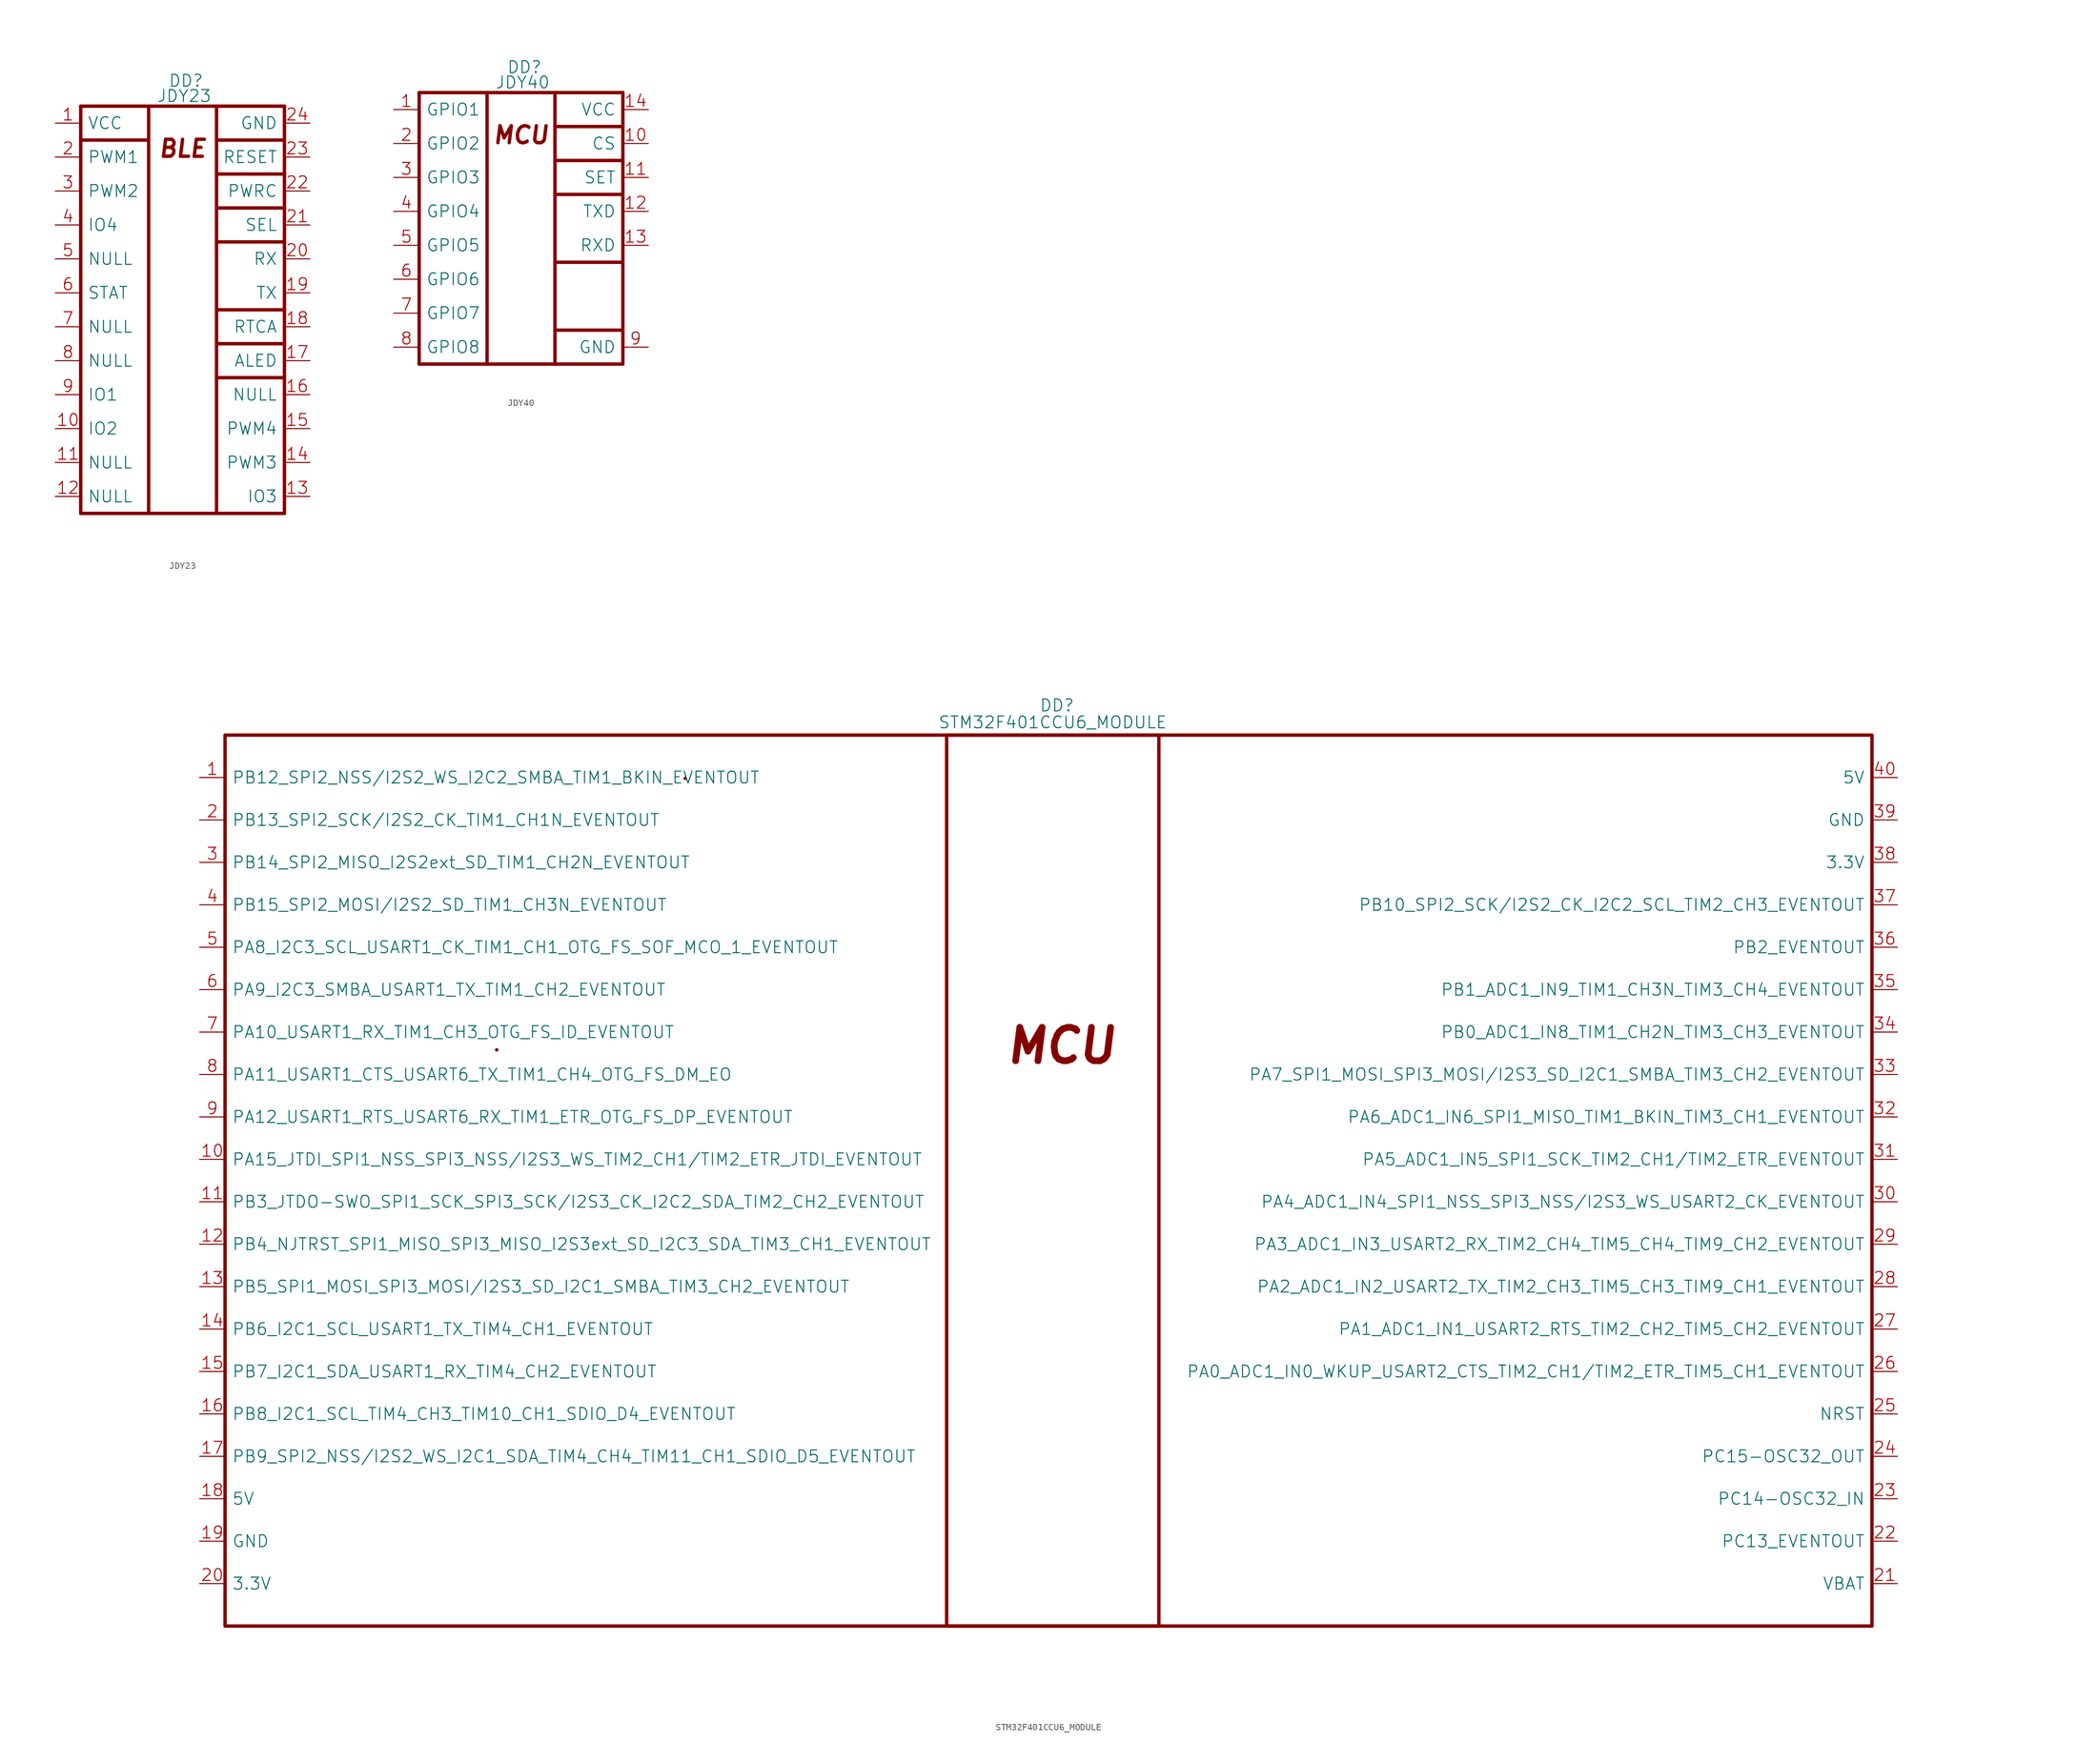
<source format=kicad_sym>
(kicad_symbol_lib
  (version 20211014)
  (generator kicad_symbol_editor)
  (symbol "JDY23"
    (pin_names
      (offset 1.016))
    (property "Reference" "DD"
      (at 15.748 3.81 0)
      (effects (font (size 1.778 1.778))))
    (property "Value" "JDY23"
      (at 15.494 1.524 0)
      (effects (font (size 1.778 1.778))))
    (symbol "JDY23_0_1"
      (polyline (pts (xy 0 -60.96) (xy 0 0)) (stroke (width 0.508) (type default) (color 0 0 0 0)) (fill (type none)))
      (polyline (pts (xy 10.16 -5.08) (xy 0 -5.08)) (stroke (width 0.508) (type default) (color 0 0 0 0)) (fill (type none)))
      (polyline (pts (xy 10.16 0) (xy 10.16 -60.96)) (stroke (width 0.508) (type default) (color 0 0 0 0)) (fill (type none)))
      (polyline (pts (xy 20.32 0) (xy 20.32 -60.96)) (stroke (width 0.508) (type default) (color 0 0 0 0)) (fill (type none)))
      (polyline (pts (xy 30.48 -5.08) (xy 20.32 -5.08)) (stroke (width 0.508) (type default) (color 0 0 0 0)) (fill (type none)))
      (polyline (pts (xy 30.48 0) (xy 30.48 -60.96)) (stroke (width 0.508) (type default) (color 0 0 0 0)) (fill (type none))))
    (symbol "JDY23_1_1"
      (polyline (pts (xy 0 -60.96) (xy 30.48 -60.96)) (stroke (width 0.508) (type default) (color 0 0 0 0)) (fill (type none)))
      (polyline (pts (xy 30.48 -40.64) (xy 20.32 -40.64)) (stroke (width 0.508) (type default) (color 0 0 0 0)) (fill (type none)))
      (polyline (pts (xy 30.48 -35.56) (xy 20.32 -35.56)) (stroke (width 0.508) (type default) (color 0 0 0 0)) (fill (type none)))
      (polyline (pts (xy 30.48 -30.48) (xy 20.32 -30.48)) (stroke (width 0.508) (type default) (color 0 0 0 0)) (fill (type none)))
      (polyline (pts (xy 30.48 -20.32) (xy 20.32 -20.32)) (stroke (width 0.508) (type default) (color 0 0 0 0)) (fill (type none)))
      (polyline (pts (xy 30.48 -15.24) (xy 20.32 -15.24)) (stroke (width 0.508) (type default) (color 0 0 0 0)) (fill (type none)))
      (polyline (pts (xy 30.48 -10.16) (xy 20.32 -10.16)) (stroke (width 0.508) (type default) (color 0 0 0 0)) (fill (type none)))
      (polyline (pts (xy 30.48 0) (xy 0 0)) (stroke (width 0.508) (type default) (color 0 0 0 0)) (fill (type none)))
      (text "BLE" (at 15.24 -6.35 0) (effects (font (size 2.54 2.54) bold italic)))
      (pin power_in line (at -3.81 -2.54 0) (length 3.81) (name "VCC" (effects (font (size 1.778 1.778)))) (number "1" (effects (font (size 1.778 1.778)))))
      (pin bidirectional line (at -3.81 -48.26 0) (length 3.81) (name "IO2" (effects (font (size 1.778 1.778)))) (number "10" (effects (font (size 1.778 1.778)))))
      (pin unspecified line (at -3.81 -53.34 0) (length 3.81) (name "NULL" (effects (font (size 1.778 1.778)))) (number "11" (effects (font (size 1.778 1.778)))))
      (pin unspecified line (at -3.81 -58.42 0) (length 3.81) (name "NULL" (effects (font (size 1.778 1.778)))) (number "12" (effects (font (size 1.778 1.778)))))
      (pin bidirectional line (at 34.29 -58.42 180) (length 3.81) (name "IO3" (effects (font (size 1.778 1.778)))) (number "13" (effects (font (size 1.778 1.778)))))
      (pin output line (at 34.29 -53.34 180) (length 3.81) (name "PWM3" (effects (font (size 1.778 1.778)))) (number "14" (effects (font (size 1.778 1.778)))))
      (pin output line (at 34.29 -48.26 180) (length 3.81) (name "PWM4" (effects (font (size 1.778 1.778)))) (number "15" (effects (font (size 1.778 1.778)))))
      (pin unspecified line (at 34.29 -43.18 180) (length 3.81) (name "NULL" (effects (font (size 1.778 1.778)))) (number "16" (effects (font (size 1.778 1.778)))))
      (pin output line (at 34.29 -38.1 180) (length 3.81) (name "ALED" (effects (font (size 1.778 1.778)))) (number "17" (effects (font (size 1.778 1.778)))))
      (pin output line (at 34.29 -33.02 180) (length 3.81) (name "RTCA" (effects (font (size 1.778 1.778)))) (number "18" (effects (font (size 1.778 1.778)))))
      (pin output line (at 34.29 -27.94 180) (length 3.81) (name "TX" (effects (font (size 1.778 1.778)))) (number "19" (effects (font (size 1.778 1.778)))))
      (pin output line (at -3.81 -7.62 0) (length 3.81) (name "PWM1" (effects (font (size 1.778 1.778)))) (number "2" (effects (font (size 1.778 1.778)))))
      (pin input line (at 34.29 -22.86 180) (length 3.81) (name "RX" (effects (font (size 1.778 1.778)))) (number "20" (effects (font (size 1.778 1.778)))))
      (pin input line (at 34.29 -17.78 180) (length 3.81) (name "SEL" (effects (font (size 1.778 1.778)))) (number "21" (effects (font (size 1.778 1.778)))))
      (pin input line (at 34.29 -12.7 180) (length 3.81) (name "PWRC" (effects (font (size 1.778 1.778)))) (number "22" (effects (font (size 1.778 1.778)))))
      (pin input line (at 34.29 -7.62 180) (length 3.81) (name "RESET" (effects (font (size 1.778 1.778)))) (number "23" (effects (font (size 1.778 1.778)))))
      (pin power_in line (at 34.29 -2.54 180) (length 3.81) (name "GND" (effects (font (size 1.778 1.778)))) (number "24" (effects (font (size 1.778 1.778)))))
      (pin output line (at -3.81 -12.7 0) (length 3.81) (name "PWM2" (effects (font (size 1.778 1.778)))) (number "3" (effects (font (size 1.778 1.778)))))
      (pin bidirectional line (at -3.81 -17.78 0) (length 3.81) (name "IO4" (effects (font (size 1.778 1.778)))) (number "4" (effects (font (size 1.778 1.778)))))
      (pin unspecified line (at -3.81 -22.86 0) (length 3.81) (name "NULL" (effects (font (size 1.778 1.778)))) (number "5" (effects (font (size 1.778 1.778)))))
      (pin output line (at -3.81 -27.94 0) (length 3.81) (name "STAT" (effects (font (size 1.778 1.778)))) (number "6" (effects (font (size 1.778 1.778)))))
      (pin unspecified line (at -3.81 -33.02 0) (length 3.81) (name "NULL" (effects (font (size 1.778 1.778)))) (number "7" (effects (font (size 1.778 1.778)))))
      (pin unspecified line (at -3.81 -38.1 0) (length 3.81) (name "NULL" (effects (font (size 1.778 1.778)))) (number "8" (effects (font (size 1.778 1.778)))))
      (pin bidirectional line (at -3.81 -43.18 0) (length 3.81) (name "IO1" (effects (font (size 1.778 1.778)))) (number "9" (effects (font (size 1.778 1.778)))))))
  (symbol "JDY40"
    (pin_names
      (offset 1.016))
    (property "Reference" "DD"
      (at 15.748 3.81 0)
      (effects (font (size 1.778 1.778))))
    (property "Value" "JDY40"
      (at 15.494 1.524 0)
      (effects (font (size 1.778 1.778))))
    (symbol "JDY40_0_1"
      (polyline (pts (xy 0 -40.64) (xy 0 0)) (stroke (width 0.508) (type default) (color 0 0 0 0)) (fill (type none)))
      (polyline (pts (xy 10.16 0) (xy 10.16 -40.64)) (stroke (width 0.508) (type default) (color 0 0 0 0)) (fill (type none)))
      (polyline (pts (xy 20.32 0) (xy 20.32 -40.64)) (stroke (width 0.508) (type default) (color 0 0 0 0)) (fill (type none)))
      (polyline (pts (xy 30.48 -5.08) (xy 20.32 -5.08)) (stroke (width 0.508) (type default) (color 0 0 0 0)) (fill (type none)))
      (polyline (pts (xy 30.48 0) (xy 30.48 -40.64)) (stroke (width 0.508) (type default) (color 0 0 0 0)) (fill (type none))))
    (symbol "JDY40_1_1"
      (polyline (pts (xy 0 -40.64) (xy 30.48 -40.64)) (stroke (width 0.508) (type default) (color 0 0 0 0)) (fill (type none)))
      (polyline (pts (xy 30.48 -35.56) (xy 20.32 -35.56)) (stroke (width 0.508) (type default) (color 0 0 0 0)) (fill (type none)))
      (polyline (pts (xy 30.48 -25.4) (xy 20.32 -25.4)) (stroke (width 0.508) (type default) (color 0 0 0 0)) (fill (type none)))
      (polyline (pts (xy 30.48 -15.24) (xy 20.32 -15.24)) (stroke (width 0.508) (type default) (color 0 0 0 0)) (fill (type none)))
      (polyline (pts (xy 30.48 -10.16) (xy 20.32 -10.16)) (stroke (width 0.508) (type default) (color 0 0 0 0)) (fill (type none)))
      (polyline (pts (xy 30.48 0) (xy 0 0)) (stroke (width 0.508) (type default) (color 0 0 0 0)) (fill (type none)))
      (text "MCU" (at 15.24 -6.35 0) (effects (font (size 2.54 2.54) bold italic)))
      (pin bidirectional line (at -3.81 -2.54 0) (length 3.81) (name "GPIO1" (effects (font (size 1.778 1.778)))) (number "1" (effects (font (size 1.778 1.778)))))
      (pin input line (at 34.29 -7.62 180) (length 3.81) (name "CS" (effects (font (size 1.778 1.778)))) (number "10" (effects (font (size 1.778 1.778)))))
      (pin input line (at 34.29 -12.7 180) (length 3.81) (name "SET" (effects (font (size 1.778 1.778)))) (number "11" (effects (font (size 1.778 1.778)))))
      (pin output line (at 34.29 -17.78 180) (length 3.81) (name "TXD" (effects (font (size 1.778 1.778)))) (number "12" (effects (font (size 1.778 1.778)))))
      (pin input line (at 34.29 -22.86 180) (length 3.81) (name "RXD" (effects (font (size 1.778 1.778)))) (number "13" (effects (font (size 1.778 1.778)))))
      (pin power_in line (at 34.29 -2.54 180) (length 3.81) (name "VCC" (effects (font (size 1.778 1.778)))) (number "14" (effects (font (size 1.778 1.778)))))
      (pin bidirectional line (at -3.81 -7.62 0) (length 3.81) (name "GPIO2" (effects (font (size 1.778 1.778)))) (number "2" (effects (font (size 1.778 1.778)))))
      (pin bidirectional line (at -3.81 -12.7 0) (length 3.81) (name "GPIO3" (effects (font (size 1.778 1.778)))) (number "3" (effects (font (size 1.778 1.778)))))
      (pin bidirectional line (at -3.81 -17.78 0) (length 3.81) (name "GPIO4" (effects (font (size 1.778 1.778)))) (number "4" (effects (font (size 1.778 1.778)))))
      (pin bidirectional line (at -3.81 -22.86 0) (length 3.81) (name "GPIO5" (effects (font (size 1.778 1.778)))) (number "5" (effects (font (size 1.778 1.778)))))
      (pin bidirectional line (at -3.81 -27.94 0) (length 3.81) (name "GPIO6" (effects (font (size 1.778 1.778)))) (number "6" (effects (font (size 1.778 1.778)))))
      (pin bidirectional line (at -3.81 -33.02 0) (length 3.81) (name "GPIO7" (effects (font (size 1.778 1.778)))) (number "7" (effects (font (size 1.778 1.778)))))
      (pin bidirectional line (at -3.81 -38.1 0) (length 3.81) (name "GPIO8" (effects (font (size 1.778 1.778)))) (number "8" (effects (font (size 1.778 1.778)))))
      (pin power_in line (at 34.29 -38.1 180) (length 3.81) (name "GND" (effects (font (size 1.778 1.778)))) (number "9" (effects (font (size 1.778 1.778)))))))
  (symbol "STM32F401CCU6_MODULE"
    (pin_names
      (offset 1.016))
    (property "Reference" "DD"
      (at 124.46 10.795 0)
      (effects (font (size 1.778 1.778))))
    (property "Value" "STM32F401CCU6_MODULE"
      (at 123.825 8.255 0)
      (effects (font (size 1.778 1.778))))
    (symbol "STM32F401CCU6_MODULE_0_1"
      (polyline (pts (xy 40.64 -40.767) (xy 40.64 -40.767)) (stroke (width 0.508) (type default) (color 0 0 0 0)) (fill (type none)))
      (polyline (pts (xy 40.64 -40.767) (xy 40.64 -40.767)) (stroke (width 0.508) (type default) (color 0 0 0 0)) (fill (type none)))
      (polyline (pts (xy 68.834 -0.127) (xy 68.834 -0.127)) (stroke (width 0.508) (type default) (color 0 0 0 0)) (fill (type none)))
      (rectangle (start 0 6.35) (end 246.38 -127) (stroke (width 0.508) (type default) (color 0 0 0 0)) (fill (type none)))
      (rectangle (start 107.95 6.35) (end 139.7 -127) (stroke (width 0.508) (type default) (color 0 0 0 0)) (fill (type none)))
      (pin bidirectional line (at -3.81 0 0) (length 3.81) (name "PB12_SPI2_NSS/I2S2_WS_I2C2_SMBA_TIM1_BKIN_EVENTOUT" (effects (font (size 1.778 1.778)))) (number "1" (effects (font (size 1.778 1.778))))))
    (symbol "STM32F401CCU6_MODULE_1_1"
      (text "MCU" (at 125.095 -40.132 0) (effects (font (size 5.004 5.004) bold italic)))
      (pin bidirectional line (at -3.81 -57.15 0) (length 3.81) (name "PA15_JTDI_SPI1_NSS_SPI3_NSS/I2S3_WS_TIM2_CH1/TIM2_ETR_JTDI_EVENTOUT" (effects (font (size 1.778 1.778)))) (number "10" (effects (font (size 1.778 1.778)))))
      (pin bidirectional line (at -3.81 -63.5 0) (length 3.81) (name "PB3_JTDO-SWO_SPI1_SCK_SPI3_SCK/I2S3_CK_I2C2_SDA_TIM2_CH2_EVENTOUT" (effects (font (size 1.778 1.778)))) (number "11" (effects (font (size 1.778 1.778)))))
      (pin bidirectional line (at -3.81 -69.85 0) (length 3.81) (name "PB4_NJTRST_SPI1_MISO_SPI3_MISO_I2S3ext_SD_I2C3_SDA_TIM3_CH1_EVENTOUT" (effects (font (size 1.778 1.778)))) (number "12" (effects (font (size 1.778 1.778)))))
      (pin bidirectional line (at -3.81 -76.2 0) (length 3.81) (name "PB5_SPI1_MOSI_SPI3_MOSI/I2S3_SD_I2C1_SMBA_TIM3_CH2_EVENTOUT" (effects (font (size 1.778 1.778)))) (number "13" (effects (font (size 1.778 1.778)))))
      (pin bidirectional line (at -3.81 -82.55 0) (length 3.81) (name "PB6_I2C1_SCL_USART1_TX_TIM4_CH1_EVENTOUT" (effects (font (size 1.778 1.778)))) (number "14" (effects (font (size 1.778 1.778)))))
      (pin bidirectional line (at -3.81 -88.9 0) (length 3.81) (name "PB7_I2C1_SDA_USART1_RX_TIM4_CH2_EVENTOUT" (effects (font (size 1.778 1.778)))) (number "15" (effects (font (size 1.778 1.778)))))
      (pin bidirectional line (at -3.81 -95.25 0) (length 3.81) (name "PB8_I2C1_SCL_TIM4_CH3_TIM10_CH1_SDIO_D4_EVENTOUT" (effects (font (size 1.778 1.778)))) (number "16" (effects (font (size 1.778 1.778)))))
      (pin bidirectional line (at -3.81 -101.6 0) (length 3.81) (name "PB9_SPI2_NSS/I2S2_WS_I2C1_SDA_TIM4_CH4_TIM11_CH1_SDIO_D5_EVENTOUT" (effects (font (size 1.778 1.778)))) (number "17" (effects (font (size 1.778 1.778)))))
      (pin power_in line (at -3.81 -107.95 0) (length 3.81) (name "5V" (effects (font (size 1.778 1.778)))) (number "18" (effects (font (size 1.778 1.778)))))
      (pin power_in line (at -3.81 -114.3 0) (length 3.81) (name "GND" (effects (font (size 1.778 1.778)))) (number "19" (effects (font (size 1.778 1.778)))))
      (pin bidirectional line (at -3.81 -6.35 0) (length 3.81) (name "PB13_SPI2_SCK/I2S2_CK_TIM1_CH1N_EVENTOUT" (effects (font (size 1.778 1.778)))) (number "2" (effects (font (size 1.778 1.778)))))
      (pin power_in line (at -3.81 -120.65 0) (length 3.81) (name "3.3V" (effects (font (size 1.778 1.778)))) (number "20" (effects (font (size 1.778 1.778)))))
      (pin power_in line (at 250.19 -120.65 180) (length 3.81) (name "VBAT" (effects (font (size 1.778 1.778)))) (number "21" (effects (font (size 1.778 1.778)))))
      (pin bidirectional line (at 250.19 -114.3 180) (length 3.81) (name "PC13_EVENTOUT" (effects (font (size 1.778 1.778)))) (number "22" (effects (font (size 1.778 1.778)))))
      (pin input line (at 250.19 -107.95 180) (length 3.81) (name "PC14-OSC32_IN" (effects (font (size 1.778 1.778)))) (number "23" (effects (font (size 1.778 1.778)))))
      (pin input line (at 250.19 -101.6 180) (length 3.81) (name "PC15-OSC32_OUT" (effects (font (size 1.778 1.778)))) (number "24" (effects (font (size 1.778 1.778)))))
      (pin bidirectional line (at 250.19 -95.25 180) (length 3.81) (name "NRST" (effects (font (size 1.778 1.778)))) (number "25" (effects (font (size 1.778 1.778)))))
      (pin bidirectional line (at 250.19 -88.9 180) (length 3.81) (name "PA0_ADC1_IN0_WKUP_USART2_CTS_TIM2_CH1/TIM2_ETR_TIM5_CH1_EVENTOUT" (effects (font (size 1.778 1.778)))) (number "26" (effects (font (size 1.778 1.778)))))
      (pin bidirectional line (at 250.19 -82.55 180) (length 3.81) (name "PA1_ADC1_IN1_USART2_RTS_TIM2_CH2_TIM5_CH2_EVENTOUT" (effects (font (size 1.778 1.778)))) (number "27" (effects (font (size 1.778 1.778)))))
      (pin bidirectional line (at 250.19 -76.2 180) (length 3.81) (name "PA2_ADC1_IN2_USART2_TX_TIM2_CH3_TIM5_CH3_TIM9_CH1_EVENTOUT" (effects (font (size 1.778 1.778)))) (number "28" (effects (font (size 1.778 1.778)))))
      (pin bidirectional line (at 250.19 -69.85 180) (length 3.81) (name "PA3_ADC1_IN3_USART2_RX_TIM2_CH4_TIM5_CH4_TIM9_CH2_EVENTOUT" (effects (font (size 1.778 1.778)))) (number "29" (effects (font (size 1.778 1.778)))))
      (pin bidirectional line (at -3.81 -12.7 0) (length 3.81) (name "PB14_SPI2_MISO_I2S2ext_SD_TIM1_CH2N_EVENTOUT" (effects (font (size 1.778 1.778)))) (number "3" (effects (font (size 1.778 1.778)))))
      (pin bidirectional line (at 250.19 -63.5 180) (length 3.81) (name "PA4_ADC1_IN4_SPI1_NSS_SPI3_NSS/I2S3_WS_USART2_CK_EVENTOUT" (effects (font (size 1.778 1.778)))) (number "30" (effects (font (size 1.778 1.778)))))
      (pin bidirectional line (at 250.19 -57.15 180) (length 3.81) (name "PA5_ADC1_IN5_SPI1_SCK_TIM2_CH1/TIM2_ETR_EVENTOUT" (effects (font (size 1.778 1.778)))) (number "31" (effects (font (size 1.778 1.778)))))
      (pin bidirectional line (at 250.19 -50.8 180) (length 3.81) (name "PA6_ADC1_IN6_SPI1_MISO_TIM1_BKIN_TIM3_CH1_EVENTOUT" (effects (font (size 1.778 1.778)))) (number "32" (effects (font (size 1.778 1.778)))))
      (pin bidirectional line (at 250.19 -44.45 180) (length 3.81) (name "PA7_SPI1_MOSI_SPI3_MOSI/I2S3_SD_I2C1_SMBA_TIM3_CH2_EVENTOUT" (effects (font (size 1.778 1.778)))) (number "33" (effects (font (size 1.778 1.778)))))
      (pin bidirectional line (at 250.19 -38.1 180) (length 3.81) (name "PB0_ADC1_IN8_TIM1_CH2N_TIM3_CH3_EVENTOUT" (effects (font (size 1.778 1.778)))) (number "34" (effects (font (size 1.778 1.778)))))
      (pin bidirectional line (at 250.19 -31.75 180) (length 3.81) (name "PB1_ADC1_IN9_TIM1_CH3N_TIM3_CH4_EVENTOUT" (effects (font (size 1.778 1.778)))) (number "35" (effects (font (size 1.778 1.778)))))
      (pin bidirectional line (at 250.19 -25.4 180) (length 3.81) (name "PB2_EVENTOUT" (effects (font (size 1.778 1.778)))) (number "36" (effects (font (size 1.778 1.778)))))
      (pin bidirectional line (at 250.19 -19.05 180) (length 3.81) (name "PB10_SPI2_SCK/I2S2_CK_I2C2_SCL_TIM2_CH3_EVENTOUT" (effects (font (size 1.778 1.778)))) (number "37" (effects (font (size 1.778 1.778)))))
      (pin power_in line (at 250.19 -12.7 180) (length 3.81) (name "3.3V" (effects (font (size 1.778 1.778)))) (number "38" (effects (font (size 1.778 1.778)))))
      (pin power_in line (at 250.19 -6.35 180) (length 3.81) (name "GND" (effects (font (size 1.778 1.778)))) (number "39" (effects (font (size 1.778 1.778)))))
      (pin bidirectional line (at -3.81 -19.05 0) (length 3.81) (name "PB15_SPI2_MOSI/I2S2_SD_TIM1_CH3N_EVENTOUT" (effects (font (size 1.778 1.778)))) (number "4" (effects (font (size 1.778 1.778)))))
      (pin power_in line (at 250.19 0 180) (length 3.81) (name "5V" (effects (font (size 1.778 1.778)))) (number "40" (effects (font (size 1.778 1.778)))))
      (pin bidirectional line (at -3.81 -25.4 0) (length 3.81) (name "PA8_I2C3_SCL_USART1_CK_TIM1_CH1_OTG_FS_SOF_MCO_1_EVENTOUT" (effects (font (size 1.778 1.778)))) (number "5" (effects (font (size 1.778 1.778)))))
      (pin bidirectional line (at -3.81 -31.75 0) (length 3.81) (name "PA9_I2C3_SMBA_USART1_TX_TIM1_CH2_EVENTOUT" (effects (font (size 1.778 1.778)))) (number "6" (effects (font (size 1.778 1.778)))))
      (pin bidirectional line (at -3.81 -38.1 0) (length 3.81) (name "PA10_USART1_RX_TIM1_CH3_OTG_FS_ID_EVENTOUT" (effects (font (size 1.778 1.778)))) (number "7" (effects (font (size 1.778 1.778)))))
      (pin bidirectional line (at -3.81 -44.45 0) (length 3.81) (name "PA11_USART1_CTS_USART6_TX_TIM1_CH4_OTG_FS_DM_EO" (effects (font (size 1.778 1.778)))) (number "8" (effects (font (size 1.778 1.778)))))
      (pin passive line (at -3.81 -50.8 0) (length 3.81) (name "PA12_USART1_RTS_USART6_RX_TIM1_ETR_OTG_FS_DP_EVENTOUT" (effects (font (size 1.778 1.778)))) (number "9" (effects (font (size 1.778 1.778))))))))
</source>
